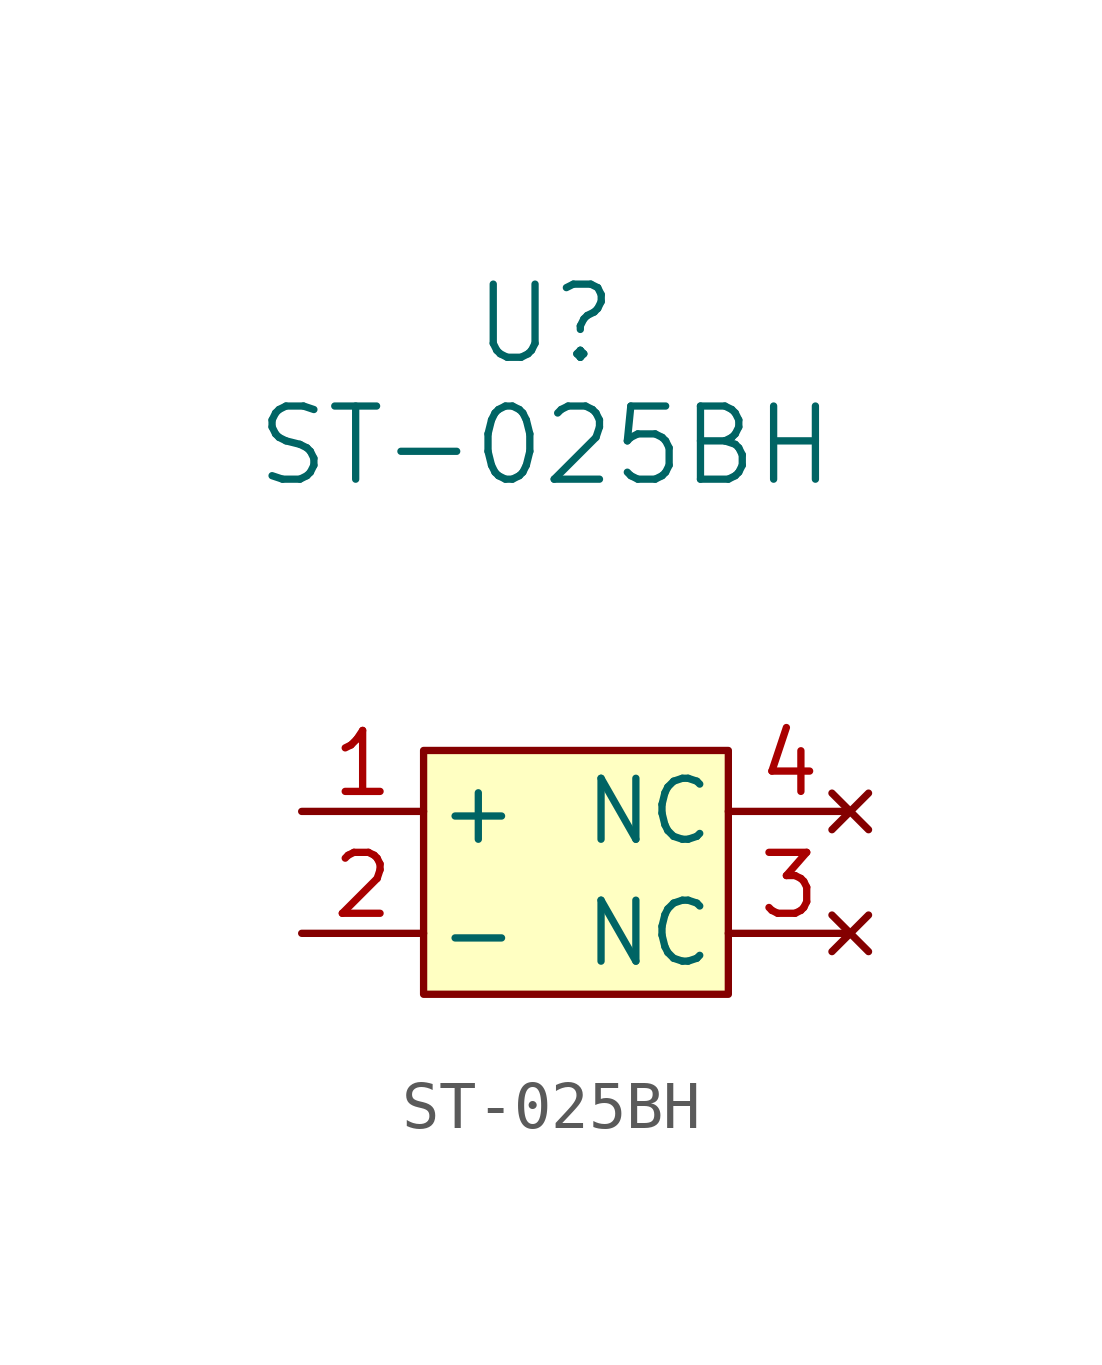
<source format=kicad_sym>
(kicad_symbol_lib
  (version 20231120)
  (generator "kicad_symbol_editor")
  (generator_version "8.0")
  (symbol "ST-025BH"
    (pin_names
      (offset 0.254))
    (property "Reference" "U"
      (at 0 11.43 0)
      (effects (font (size 1.524 1.524))))
    (property "Value" "ST-025BH"
      (at 0 8.89 0)
      (effects (font (size 1.524 1.524))))
    (symbol "ST-025BH_1_1"
      (rectangle (start -2.54 2.54) (end 3.81 -2.54) (stroke (width 0) (type default)) (fill (type background)))
      (pin unspecified line (at -5.08 1.27 0) (length 2.54) (name "+" (effects (font (size 1.27 1.27)))) (number "1" (effects (font (size 1.27 1.27)))))
      (pin unspecified line (at -5.08 -1.27 0) (length 2.54) (name "-" (effects (font (size 1.27 1.27)))) (number "2" (effects (font (size 1.27 1.27)))))
      (pin no_connect line (at 6.35 -1.27 180) (length 2.54) (name "NC" (effects (font (size 1.27 1.27)))) (number "3" (effects (font (size 1.27 1.27)))))
      (pin no_connect line (at 6.35 1.27 180) (length 2.54) (name "NC" (effects (font (size 1.27 1.27)))) (number "4" (effects (font (size 1.27 1.27))))))))
</source>
